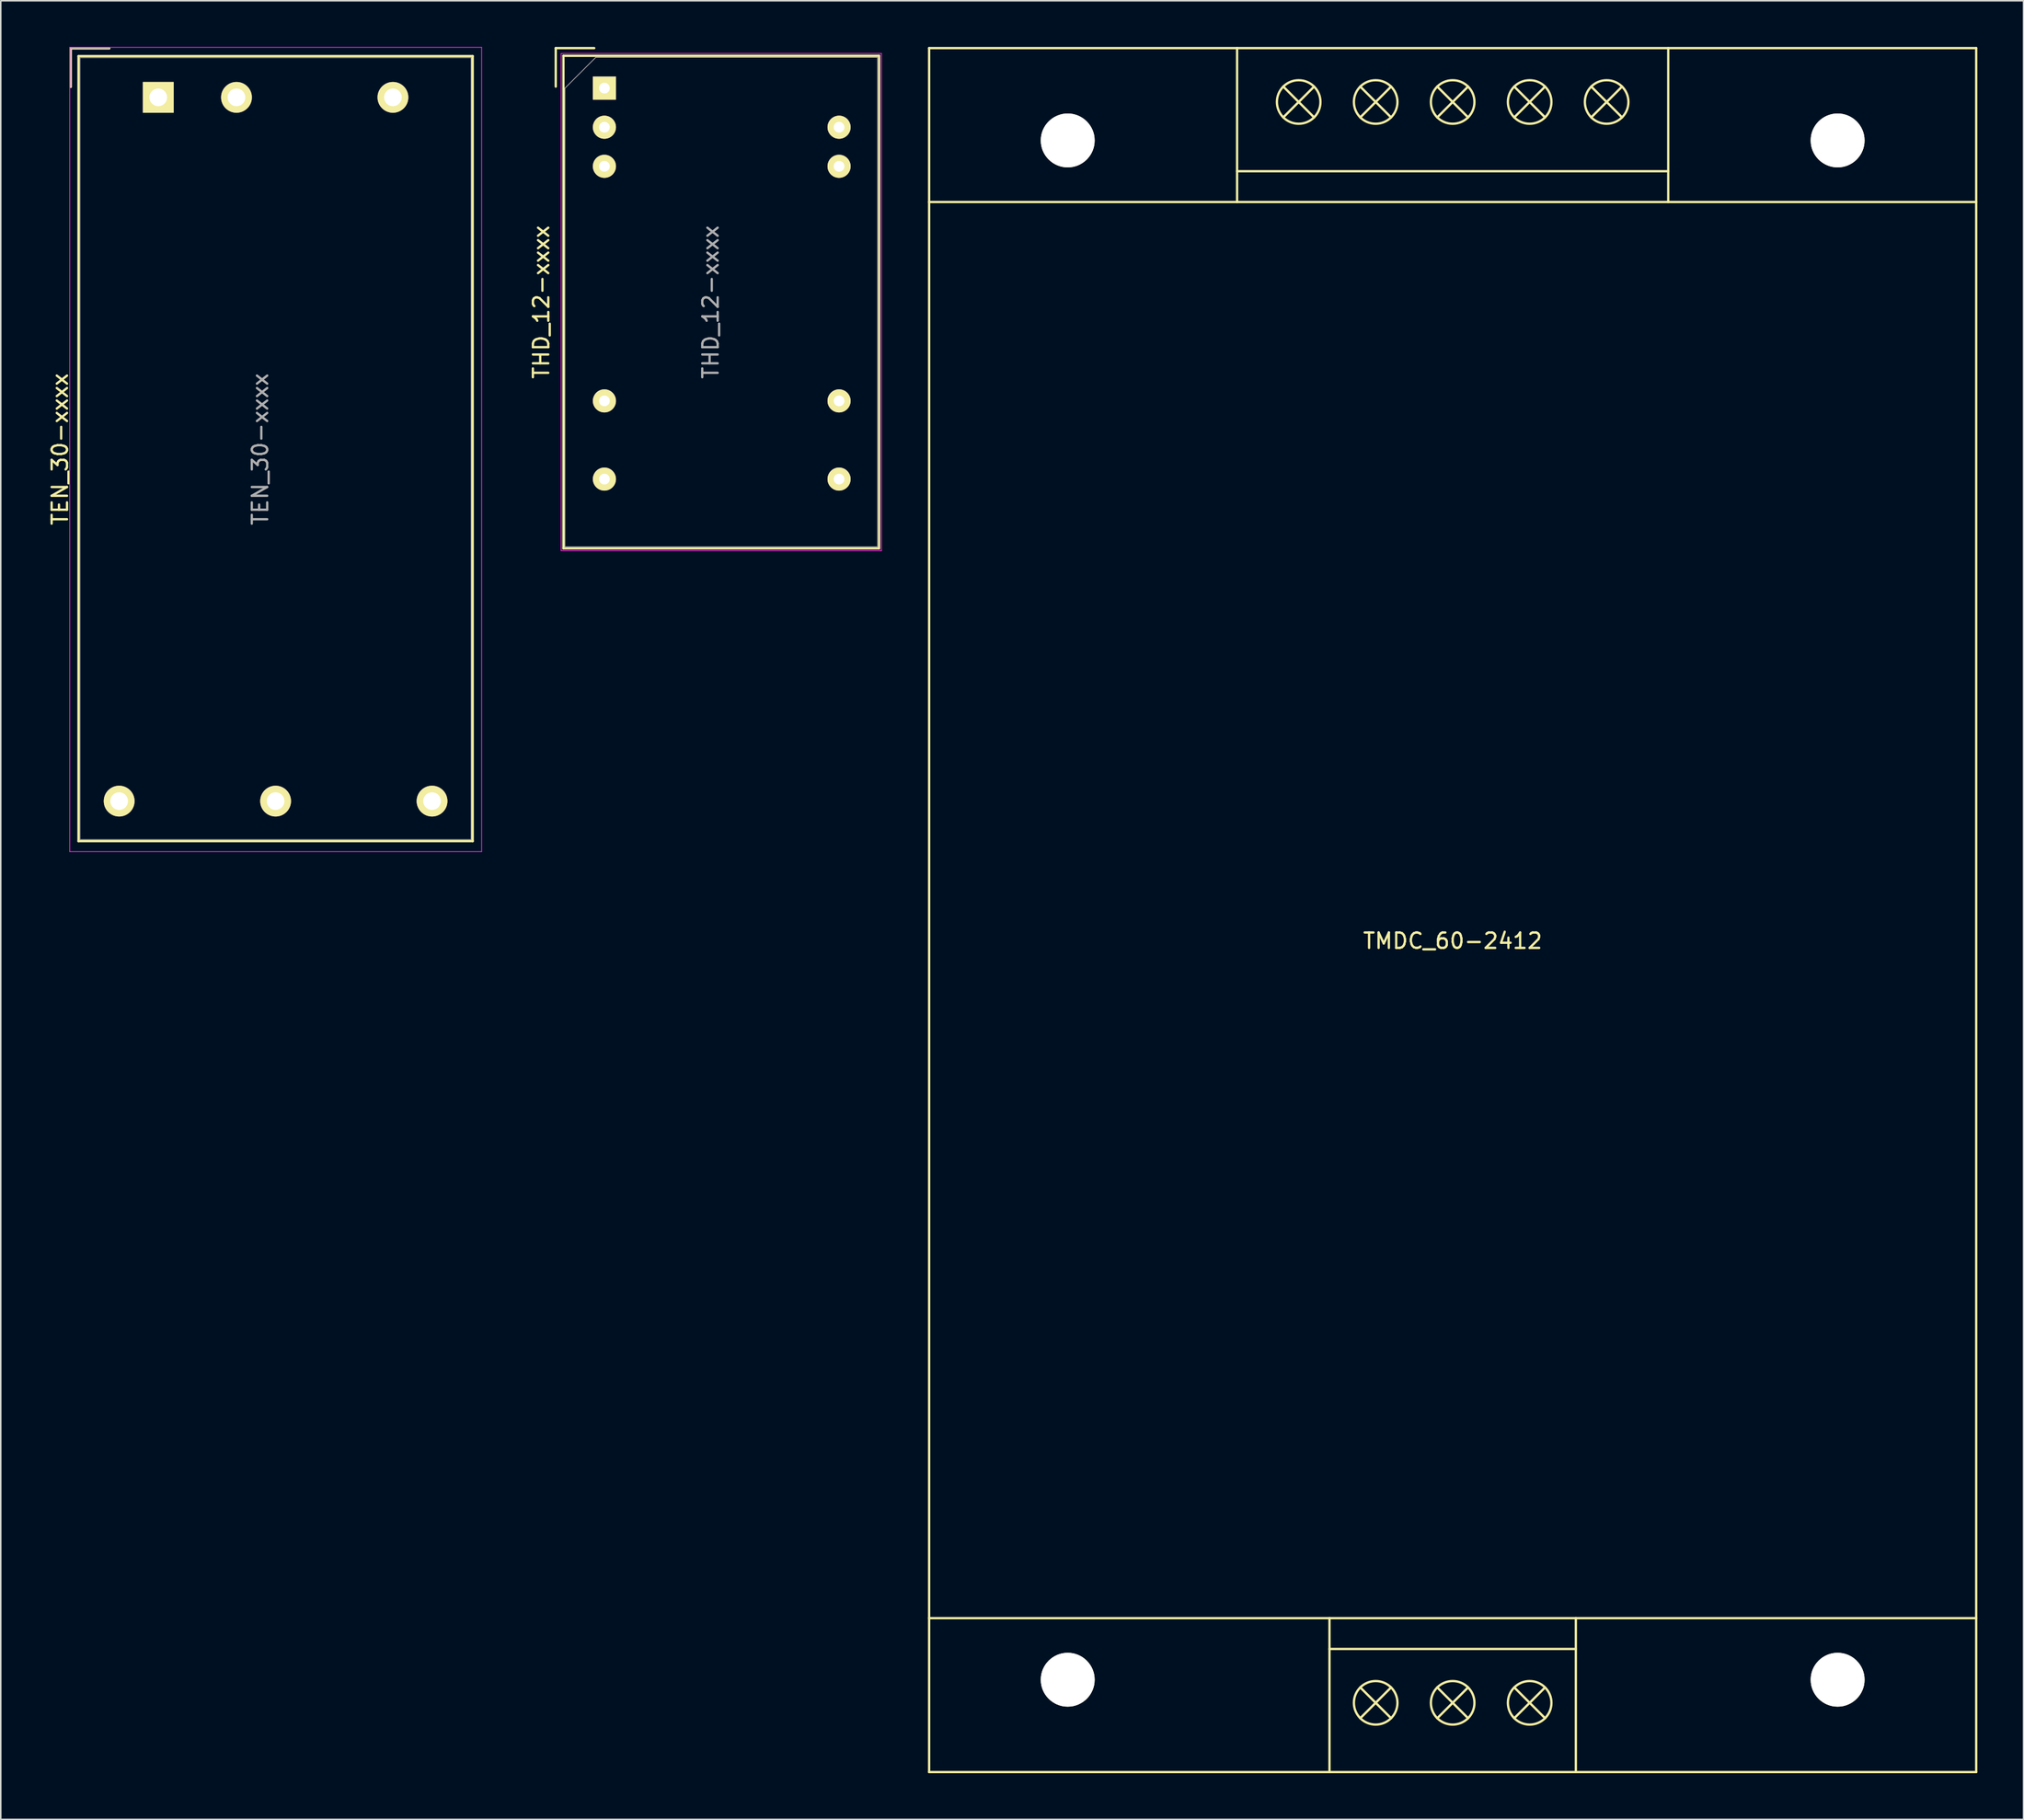
<source format=kicad_pcb>
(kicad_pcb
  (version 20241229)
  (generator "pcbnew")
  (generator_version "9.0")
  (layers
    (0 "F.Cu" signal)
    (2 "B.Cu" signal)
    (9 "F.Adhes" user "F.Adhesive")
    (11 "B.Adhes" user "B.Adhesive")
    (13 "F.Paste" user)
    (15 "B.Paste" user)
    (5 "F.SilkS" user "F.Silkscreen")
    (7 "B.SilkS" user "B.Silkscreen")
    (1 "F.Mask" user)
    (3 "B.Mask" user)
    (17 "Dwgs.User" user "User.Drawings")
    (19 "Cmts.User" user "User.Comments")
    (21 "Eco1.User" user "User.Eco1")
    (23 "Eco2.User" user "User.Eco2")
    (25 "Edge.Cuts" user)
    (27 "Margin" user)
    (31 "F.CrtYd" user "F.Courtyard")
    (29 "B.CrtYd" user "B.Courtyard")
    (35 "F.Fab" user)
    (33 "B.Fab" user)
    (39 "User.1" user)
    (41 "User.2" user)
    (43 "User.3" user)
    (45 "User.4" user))
  (footprint "TEN_30-xxxx"
    (layer "F.Cu")
    (at 7.228 3.275)
    (property "Reference" "TEN_30-xxxx" (at 6.62 22.86 90) (layer "F.Fab") (effects (font (size 1 1) (thickness 0.15))))
    (attr through_hole)
    (fp_line (start -5.68 -3.18) (end -5.68 -0.68) (stroke (width 0.15) (type solid)) (layer "F.SilkS"))
    (fp_line (start -5.18 -2.68) (end 20.42 -2.68) (stroke (width 0.15) (type solid)) (layer "F.SilkS"))
    (fp_line (start -5.18 48.32) (end -5.18 -2.68) (stroke (width 0.15) (type solid)) (layer "F.SilkS"))
    (fp_line (start -3.18 -3.18) (end -5.68 -3.18) (stroke (width 0.15) (type solid)) (layer "F.SilkS"))
    (fp_line (start 20.42 -2.68) (end 20.42 48.32) (stroke (width 0.15) (type solid)) (layer "F.SilkS"))
    (fp_line (start 20.42 48.32) (end -5.18 48.32) (stroke (width 0.15) (type solid)) (layer "F.SilkS"))
    (fp_line (start -5.75 -3.25) (end 21 -3.25) (stroke (width 0.05) (type solid)) (layer "F.CrtYd"))
    (fp_line (start -5.75 49) (end -5.75 -3.25) (stroke (width 0.05) (type solid)) (layer "F.CrtYd"))
    (fp_line (start 21 -3.25) (end 21 49) (stroke (width 0.05) (type solid)) (layer "F.CrtYd"))
    (fp_line (start 21 49) (end -5.75 49) (stroke (width 0.05) (type solid)) (layer "F.CrtYd"))
    (fp_line (start -5.68 -3.18) (end -5.68 -0.68) (stroke (width 0.05) (type solid)) (layer "F.Fab"))
    (fp_line (start -5.08 -2.58) (end 20.32 -2.58) (stroke (width 0.05) (type solid)) (layer "F.Fab"))
    (fp_line (start -5.08 48.22) (end -5.08 -2.58) (stroke (width 0.05) (type solid)) (layer "F.Fab"))
    (fp_line (start -3.18 -3.18) (end -5.68 -3.18) (stroke (width 0.05) (type solid)) (layer "F.Fab"))
    (fp_line (start 20.32 -2.58) (end 20.32 48.22) (stroke (width 0.05) (type solid)) (layer "F.Fab"))
    (fp_line (start 20.32 48.22) (end -5.08 48.22) (stroke (width 0.05) (type solid)) (layer "F.Fab"))
    (fp_text user "${REFERENCE}" (at -6.38 22.86 90) (layer "F.SilkS") (effects (font (size 1 1) (thickness 0.15))))
    (pad "1" thru_hole rect (at 0 0) (size 2 2) (drill 1.15) (layers "*.Cu" "*.Mask" "F.SilkS"))
    (pad "2" thru_hole circle (at 5.08 0) (size 2 2) (drill 1.15) (layers "*.Cu" "*.Mask" "F.SilkS"))
    (pad "3" thru_hole circle (at 15.24 0) (size 2 2) (drill 1.15) (layers "*.Cu" "*.Mask" "F.SilkS"))
    (pad "4" thru_hole circle (at -2.54 45.72) (size 2 2) (drill 1.15) (layers "*.Cu" "*.Mask" "F.SilkS"))
    (pad "5" thru_hole circle (at 7.62 45.72) (size 2 2) (drill 1.15) (layers "*.Cu" "*.Mask" "F.SilkS"))
    (pad "6" thru_hole circle (at 17.78 45.72) (size 2 2) (drill 1.15) (layers "*.Cu" "*.Mask" "F.SilkS")))
  (footprint "THD_12-xxxx"
    (layer "F.Cu")
    (at 36.202 2.675)
    (property "Reference" "THD_12-xxxx" (at 6.9 13.9 90) (layer "F.Fab") (effects (font (size 1 1) (thickness 0.15))))
    (attr through_hole)
    (fp_line (start -3.16 -2.6) (end -3.16 -0.1) (stroke (width 0.15) (type solid)) (layer "F.SilkS"))
    (fp_line (start -2.66 -2.1) (end 17.84 -2.1) (stroke (width 0.15) (type solid)) (layer "F.SilkS"))
    (fp_line (start -2.66 29.9) (end -2.66 -2.1) (stroke (width 0.15) (type solid)) (layer "F.SilkS"))
    (fp_line (start -0.66 -2.6) (end -3.16 -2.6) (stroke (width 0.15) (type solid)) (layer "F.SilkS"))
    (fp_line (start 17.84 -2.1) (end 17.84 29.9) (stroke (width 0.15) (type solid)) (layer "F.SilkS"))
    (fp_line (start 17.84 29.9) (end -2.66 29.9) (stroke (width 0.15) (type solid)) (layer "F.SilkS"))
    (fp_line (start -2.81 -2.25) (end 17.99 -2.25) (stroke (width 0.05) (type solid)) (layer "F.CrtYd"))
    (fp_line (start -2.81 30.05) (end -2.81 -2.25) (stroke (width 0.05) (type solid)) (layer "F.CrtYd"))
    (fp_line (start 17.99 -2.25) (end 17.99 30.05) (stroke (width 0.05) (type solid)) (layer "F.CrtYd"))
    (fp_line (start 17.99 30.05) (end -2.81 30.05) (stroke (width 0.05) (type solid)) (layer "F.CrtYd"))
    (fp_line (start -2.56 0) (end -2.56 29.8) (stroke (width 0.05) (type solid)) (layer "F.Fab"))
    (fp_line (start -2.56 29.8) (end 17.74 29.8) (stroke (width 0.05) (type solid)) (layer "F.Fab"))
    (fp_line (start -0.56 -2) (end -2.56 0) (stroke (width 0.05) (type solid)) (layer "F.Fab"))
    (fp_line (start 17.74 -2) (end -0.56 -2) (stroke (width 0.05) (type solid)) (layer "F.Fab"))
    (fp_line (start 17.74 29.8) (end 17.74 -2) (stroke (width 0.05) (type solid)) (layer "F.Fab"))
    (fp_text user "${REFERENCE}" (at -4.1 13.9 90) (layer "F.SilkS") (effects (font (size 1 1) (thickness 0.15))))
    (pad "1" thru_hole rect (at 0 0) (size 1.5 1.5) (drill 0.7) (layers "*.Cu" "*.Mask" "F.SilkS"))
    (pad "2" thru_hole circle (at 0 2.54) (size 1.5 1.5) (drill 0.7) (layers "*.Cu" "*.Mask" "F.SilkS"))
    (pad "3" thru_hole circle (at 0 5.08) (size 1.5 1.5) (drill 0.7) (layers "*.Cu" "*.Mask" "F.SilkS"))
    (pad "9" thru_hole circle (at 0 20.32) (size 1.5 1.5) (drill 0.7) (layers "*.Cu" "*.Mask" "F.SilkS"))
    (pad "11" thru_hole circle (at 0 25.4) (size 1.5 1.5) (drill 0.7) (layers "*.Cu" "*.Mask" "F.SilkS"))
    (pad "14" thru_hole circle (at 15.24 25.4) (size 1.5 1.5) (drill 0.7) (layers "*.Cu" "*.Mask" "F.SilkS"))
    (pad "16" thru_hole circle (at 15.24 20.32) (size 1.5 1.5) (drill 0.7) (layers "*.Cu" "*.Mask" "F.SilkS"))
    (pad "22" thru_hole circle (at 15.24 5.08) (size 1.5 1.5) (drill 0.7) (layers "*.Cu" "*.Mask" "F.SilkS"))
    (pad "23" thru_hole circle (at 15.24 2.54) (size 1.5 1.5) (drill 0.7) (layers "*.Cu" "*.Mask" "F.SilkS")))
  (footprint "TMDC_60-2412"
    (layer "F.Cu")
    (at 66.291 6.075)
    (property "Reference" "TMDC_60-2412" (at 25 52 0) (layer "F.SilkS") (effects (font (size 1 1) (thickness 0.15))))
    (attr through_hole)
    (fp_line (start -9 -6) (end 59 -6) (stroke (width 0.15) (type solid)) (layer "F.SilkS"))
    (fp_line (start -9 4) (end 59 4) (stroke (width 0.15) (type solid)) (layer "F.SilkS"))
    (fp_line (start -9 96) (end 59 96) (stroke (width 0.15) (type solid)) (layer "F.SilkS"))
    (fp_line (start -9 106) (end -9 -6) (stroke (width 0.15) (type solid)) (layer "F.SilkS"))
    (fp_line (start 11 -6) (end 11 4) (stroke (width 0.15) (type solid)) (layer "F.SilkS"))
    (fp_line (start 11 2) (end 39 2) (stroke (width 0.15) (type solid)) (layer "F.SilkS"))
    (fp_line (start 14 -3.5) (end 16 -1.5) (stroke (width 0.15) (type solid)) (layer "F.SilkS"))
    (fp_line (start 16 -3.5) (end 14 -1.5) (stroke (width 0.15) (type solid)) (layer "F.SilkS"))
    (fp_line (start 17 96) (end 17 106) (stroke (width 0.15) (type solid)) (layer "F.SilkS"))
    (fp_line (start 17 98) (end 33 98) (stroke (width 0.15) (type solid)) (layer "F.SilkS"))
    (fp_line (start 19 -3.5) (end 21 -1.5) (stroke (width 0.15) (type solid)) (layer "F.SilkS"))
    (fp_line (start 19 100.5) (end 21 102.5) (stroke (width 0.15) (type solid)) (layer "F.SilkS"))
    (fp_line (start 21 -3.5) (end 19 -1.5) (stroke (width 0.15) (type solid)) (layer "F.SilkS"))
    (fp_line (start 21 100.5) (end 19 102.5) (stroke (width 0.15) (type solid)) (layer "F.SilkS"))
    (fp_line (start 24 -3.5) (end 26 -1.5) (stroke (width 0.15) (type solid)) (layer "F.SilkS"))
    (fp_line (start 24 100.5) (end 26 102.5) (stroke (width 0.15) (type solid)) (layer "F.SilkS"))
    (fp_line (start 26 -3.5) (end 24 -1.5) (stroke (width 0.15) (type solid)) (layer "F.SilkS"))
    (fp_line (start 26 100.5) (end 24 102.5) (stroke (width 0.15) (type solid)) (layer "F.SilkS"))
    (fp_line (start 29 -3.5) (end 31 -1.5) (stroke (width 0.15) (type solid)) (layer "F.SilkS"))
    (fp_line (start 29 -1.5) (end 31 -3.5) (stroke (width 0.15) (type solid)) (layer "F.SilkS"))
    (fp_line (start 29 100.5) (end 31 102.5) (stroke (width 0.15) (type solid)) (layer "F.SilkS"))
    (fp_line (start 29 102.5) (end 31 100.5) (stroke (width 0.15) (type solid)) (layer "F.SilkS"))
    (fp_line (start 33 96) (end 33 106) (stroke (width 0.15) (type solid)) (layer "F.SilkS"))
    (fp_line (start 34 -3.5) (end 36 -1.5) (stroke (width 0.15) (type solid)) (layer "F.SilkS"))
    (fp_line (start 36 -3.5) (end 34 -1.5) (stroke (width 0.15) (type solid)) (layer "F.SilkS"))
    (fp_line (start 39 -6) (end 39 4) (stroke (width 0.15) (type solid)) (layer "F.SilkS"))
    (fp_line (start 59 -6) (end 59 106) (stroke (width 0.15) (type solid)) (layer "F.SilkS"))
    (fp_line (start 59 106) (end -9 106) (stroke (width 0.15) (type solid)) (layer "F.SilkS"))
    (fp_circle (center 15 -2.5) (end 16 -1.5) (stroke (width 0.15) (type solid)) (fill no) (layer "F.SilkS"))
    (fp_circle (center 20 -2.5) (end 21 -1.5) (stroke (width 0.15) (type solid)) (fill no) (layer "F.SilkS"))
    (fp_circle (center 20 101.5) (end 21 102.5) (stroke (width 0.15) (type solid)) (fill no) (layer "F.SilkS"))
    (fp_circle (center 25 -2.5) (end 26 -1.5) (stroke (width 0.15) (type solid)) (fill no) (layer "F.SilkS"))
    (fp_circle (center 25 101.5) (end 26 102.5) (stroke (width 0.15) (type solid)) (fill no) (layer "F.SilkS"))
    (fp_circle (center 30 -2.5) (end 31 -1.5) (stroke (width 0.15) (type solid)) (fill no) (layer "F.SilkS"))
    (fp_circle (center 30 101.5) (end 31 102.5) (stroke (width 0.15) (type solid)) (fill no) (layer "F.SilkS"))
    (fp_circle (center 35 -2.5) (end 36 -1.5) (stroke (width 0.15) (type solid)) (fill no) (layer "F.SilkS"))
    (pad "" np_thru_hole circle (at 0 0) (size 3.5 3.5) (drill 3.5) (layers "*.Cu" "*.Mask" "F.SilkS"))
    (pad "" np_thru_hole circle (at 0 100) (size 3.5 3.5) (drill 3.5) (layers "*.Cu" "*.Mask" "F.SilkS"))
    (pad "" np_thru_hole circle (at 50 0) (size 3.5 3.5) (drill 3.5) (layers "*.Cu" "*.Mask" "F.SilkS"))
    (pad "" np_thru_hole circle (at 50 100) (size 3.5 3.5) (drill 3.5) (layers "*.Cu" "*.Mask" "F.SilkS")))
  (gr_rect
    (start -3 -3)
    (end 128.367 115.15)
    (stroke (width 0.1) (type default))
    (fill no)
    (layer "Edge.Cuts")))
</source>
